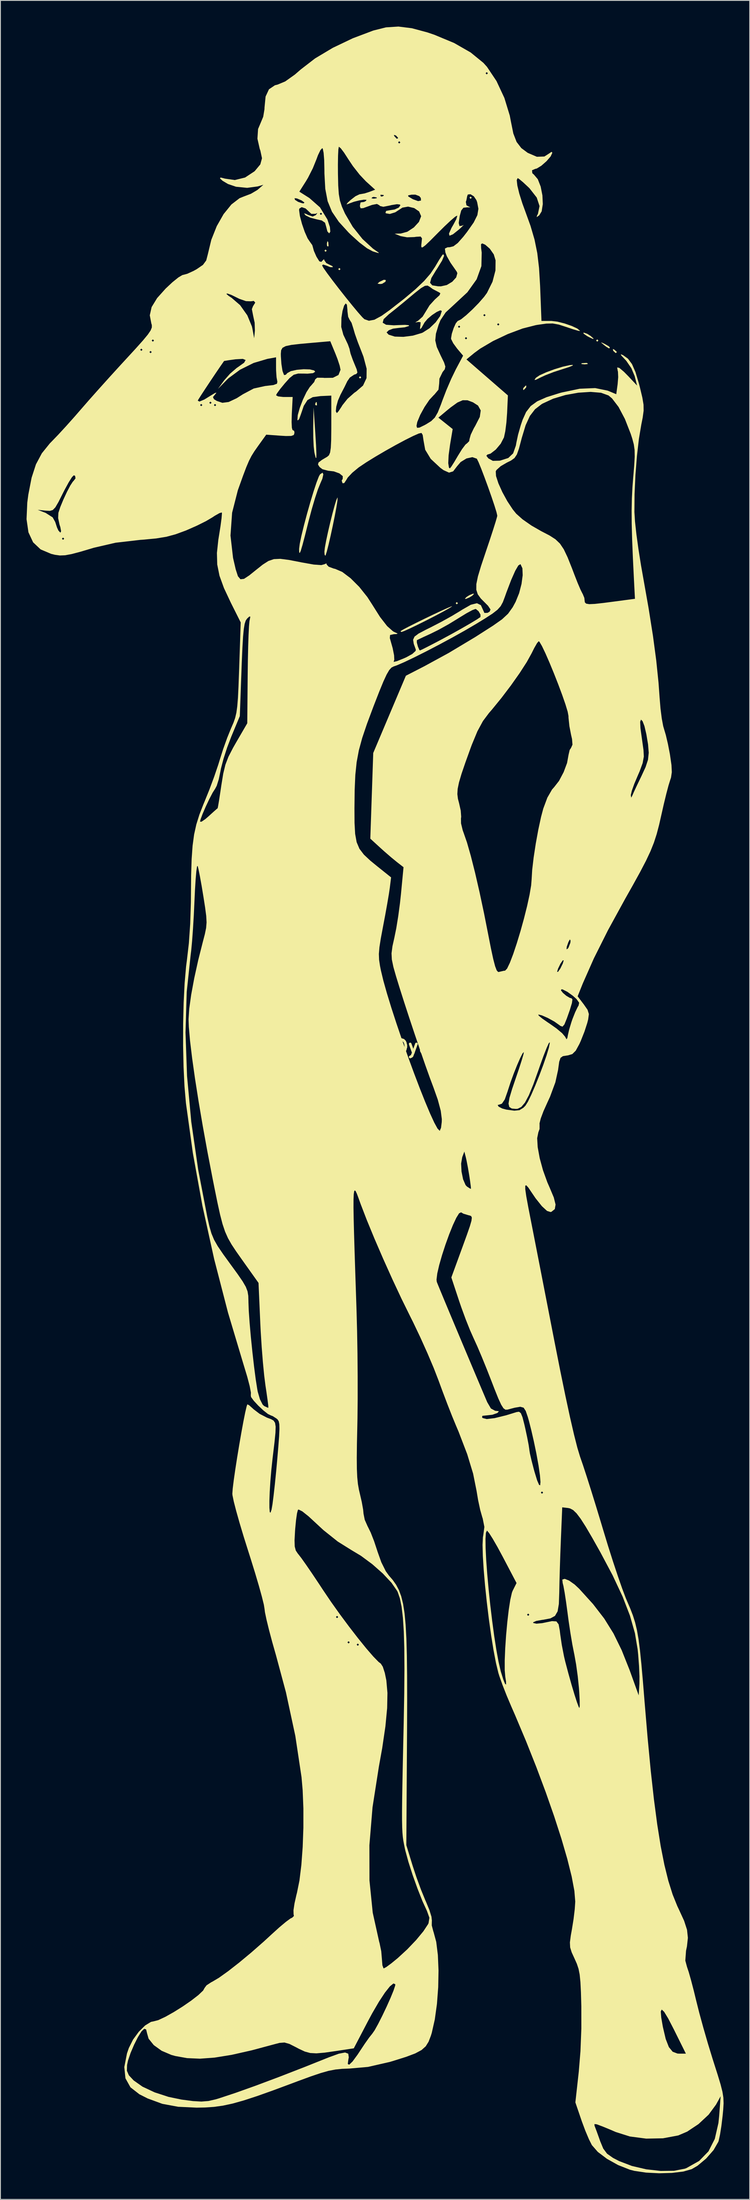
<source format=kicad_pcb>
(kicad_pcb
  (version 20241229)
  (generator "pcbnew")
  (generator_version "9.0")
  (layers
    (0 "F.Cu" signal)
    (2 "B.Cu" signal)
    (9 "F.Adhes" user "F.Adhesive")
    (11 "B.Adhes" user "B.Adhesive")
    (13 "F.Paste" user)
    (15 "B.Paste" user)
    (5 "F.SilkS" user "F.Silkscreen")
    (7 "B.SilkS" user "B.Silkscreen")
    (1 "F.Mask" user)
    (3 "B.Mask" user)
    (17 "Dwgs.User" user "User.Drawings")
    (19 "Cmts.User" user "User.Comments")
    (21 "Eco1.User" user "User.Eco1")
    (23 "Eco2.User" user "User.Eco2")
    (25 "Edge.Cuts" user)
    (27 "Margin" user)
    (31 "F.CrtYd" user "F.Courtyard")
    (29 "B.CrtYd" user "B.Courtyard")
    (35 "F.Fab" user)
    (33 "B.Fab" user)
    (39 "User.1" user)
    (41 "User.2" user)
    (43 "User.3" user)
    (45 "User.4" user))
  (footprint "Char_NeilDylandy"
    (layer "F.Cu")
    (at 41.37 117.149)
    (property "Reference" "Char_NeilDylandy" (at 0 0 0) (layer "F.SilkS") (effects (font (size 1.5 1.5) (thickness 0.3))))
    (attr board_only exclude_from_pos_files exclude_from_bom)
    (fp_poly (pts (xy -6.879 -91.414) (xy -7.011 -91.281) (xy -7.144 -91.414) (xy -7.011 -91.546)) (stroke (width 0) (type solid)) (fill yes) (layer "F.SilkS"))
    (fp_poly (pts (xy -5.292 -89.297) (xy -5.424 -89.165) (xy -5.556 -89.297) (xy -5.424 -89.429)) (stroke (width 0) (type solid)) (fill yes) (layer "F.SilkS"))
    (fp_poly (pts (xy -2.91 -76.861) (xy -3.043 -76.729) (xy -3.175 -76.861) (xy -3.043 -76.994)) (stroke (width 0) (type solid)) (fill yes) (layer "F.SilkS"))
    (fp_poly (pts (xy 8.202 -50.932) (xy 8.07 -50.8) (xy 7.938 -50.932) (xy 8.07 -51.065)) (stroke (width 0) (type solid)) (fill yes) (layer "F.SilkS"))
    (fp_poly (pts (xy 9.79 -97.499) (xy 9.657 -97.367) (xy 9.525 -97.499) (xy 9.657 -97.631)) (stroke (width 0) (type solid)) (fill yes) (layer "F.SilkS"))
    (fp_poly (pts (xy 24.342 -81.095) (xy 24.209 -80.963) (xy 24.077 -81.095) (xy 24.209 -81.227)) (stroke (width 0) (type solid)) (fill yes) (layer "F.SilkS"))
    (fp_poly (pts (xy -8.026 -73.995) (xy -7.994 -73.681) (xy -8.026 -73.642) (xy -8.183 -73.679) (xy -8.202 -73.819) (xy -8.105 -74.037)) (stroke (width 0) (type solid)) (fill yes) (layer "F.SilkS"))
    (fp_poly (pts (xy -6.698 -92.389) (xy -6.667 -91.976) (xy -6.719 -91.882) (xy -6.84 -91.961) (xy -6.858 -92.229) (xy -6.794 -92.512)) (stroke (width 0) (type solid)) (fill yes) (layer "F.SilkS"))
    (fp_poly (pts (xy 23.085 -78.492) (xy 23.118 -78.395) (xy 22.754 -78.358) (xy 22.379 -78.4) (xy 22.423 -78.492) (xy 22.965 -78.527)) (stroke (width 0) (type solid)) (fill yes) (layer "F.SilkS"))
    (fp_poly (pts (xy 26.153 -80.062) (xy 26.435 -79.816) (xy 26.458 -79.756) (xy 26.333 -79.648) (xy 26.071 -79.891) (xy 26.036 -79.945) (xy 26.005 -80.126)) (stroke (width 0) (type solid)) (fill yes) (layer "F.SilkS"))
    (fp_poly (pts (xy -0.078 -88.037) (xy -0.132 -87.842) (xy -0.51 -87.611) (xy -0.743 -87.581) (xy -1.039 -87.624) (xy -0.847 -87.807) (xy -0.794 -87.842) (xy -0.309 -88.075)) (stroke (width 0) (type solid)) (fill yes) (layer "F.SilkS"))
    (fp_poly (pts (xy 10.054 -52.009) (xy 9.851 -51.797) (xy 9.525 -51.594) (xy 9.116 -51.423) (xy 8.996 -51.443) (xy 9.199 -51.655) (xy 9.525 -51.858) (xy 9.934 -52.029)) (stroke (width 0) (type solid)) (fill yes) (layer "F.SilkS"))
    (fp_poly (pts (xy 16.057 -75.765) (xy 16.007 -75.671) (xy 15.758 -75.418) (xy 15.711 -75.406) (xy 15.693 -75.577) (xy 15.743 -75.671) (xy 15.992 -75.924) (xy 16.039 -75.935)) (stroke (width 0) (type solid)) (fill yes) (layer "F.SilkS"))
    (fp_poly (pts (xy 24.742 -80.858) (xy 25.069 -80.703) (xy 25.52 -80.442) (xy 25.665 -80.292) (xy 25.581 -80.181) (xy 25.264 -80.366) (xy 24.988 -80.58) (xy 24.647 -80.865)) (stroke (width 0) (type solid)) (fill yes) (layer "F.SilkS"))
    (fp_poly (pts (xy 23.05 -81.872) (xy 23.431 -81.632) (xy 23.791 -81.321) (xy 23.725 -81.272) (xy 23.267 -81.486) (xy 23.019 -81.624) (xy 22.638 -81.89) (xy 22.629 -82.011) (xy 22.637 -82.011)) (stroke (width 0) (type solid)) (fill yes) (layer "F.SilkS"))
    (fp_poly (pts (xy -8.192 -70.511) (xy -8.101 -69.043) (xy -8.062 -68.084) (xy -8.074 -67.617) (xy -8.139 -67.623) (xy -8.258 -68.085) (xy -8.299 -68.286) (xy -8.375 -68.953) (xy -8.421 -69.952) (xy -8.43 -71.084) (xy -8.427 -71.272) (xy -8.387 -73.422)) (stroke (width 0) (type solid)) (fill yes) (layer "F.SilkS"))
    (fp_poly (pts (xy 21.393 -78.224) (xy 20.974 -78.05) (xy 20.241 -77.817) (xy 19.208 -77.481) (xy 18.232 -77.103) (xy 17.727 -76.869) (xy 17.165 -76.59) (xy 16.994 -76.568) (xy 17.145 -76.798) (xy 17.163 -76.82) (xy 17.59 -77.107) (xy 18.362 -77.455) (xy 19.311 -77.805) (xy 20.268 -78.097) (xy 21.063 -78.273) (xy 21.393 -78.298)) (stroke (width 0) (type solid)) (fill yes) (layer "F.SilkS"))
    (fp_poly (pts (xy 7.213 -50.363) (xy 6.536 -49.983) (xy 5.627 -49.5) (xy 4.602 -48.974) (xy 3.58 -48.464) (xy 2.677 -48.03) (xy 2.01 -47.731) (xy 1.703 -47.625) (xy 1.598 -47.715) (xy 1.61 -47.727) (xy 1.907 -47.909) (xy 2.534 -48.239) (xy 3.388 -48.668) (xy 4.366 -49.148) (xy 5.365 -49.628) (xy 6.282 -50.058) (xy 7.015 -50.39) (xy 7.461 -50.574) (xy 7.541 -50.58)) (stroke (width 0) (type solid)) (fill yes) (layer "F.SilkS"))
    (fp_poly (pts (xy -5.625 -63.044) (xy -5.645 -62.698) (xy -5.762 -61.965) (xy -5.948 -60.969) (xy -6.179 -59.836) (xy -6.426 -58.689) (xy -6.665 -57.654) (xy -6.868 -56.856) (xy -7.009 -56.419) (xy -7.034 -56.378) (xy -7.12 -56.507) (xy -7.144 -56.834) (xy -7.089 -57.324) (xy -6.942 -58.119) (xy -6.73 -59.107) (xy -6.48 -60.177) (xy -6.22 -61.218) (xy -5.977 -62.119) (xy -5.778 -62.768) (xy -5.65 -63.055)) (stroke (width 0) (type solid)) (fill yes) (layer "F.SilkS"))
    (fp_poly (pts (xy -7.265 -65.725) (xy -7.377 -65.227) (xy -7.626 -64.65) (xy -7.887 -64.005) (xy -8.225 -62.981) (xy -8.599 -61.712) (xy -8.965 -60.334) (xy -9 -60.193) (xy -9.387 -58.655) (xy -9.668 -57.589) (xy -9.86 -56.948) (xy -9.977 -56.69) (xy -10.035 -56.769) (xy -10.05 -57.142) (xy -10.05 -57.172) (xy -9.975 -57.762) (xy -9.777 -58.706) (xy -9.488 -59.89) (xy -9.139 -61.204) (xy -8.762 -62.533) (xy -8.388 -63.765) (xy -8.05 -64.788) (xy -7.779 -65.489) (xy -7.643 -65.731) (xy -7.355 -65.925)) (stroke (width 0) (type solid)) (fill yes) (layer "F.SilkS"))
    (fp_poly (pts (xy 2.909 -116.957) (xy 4.7 -116.475) (xy 5.49 -116.207) (xy 7.77 -115.258) (xy 9.669 -114.17) (xy 11.126 -112.982) (xy 11.539 -112.525) (xy 12.633 -110.89) (xy 13.538 -108.953) (xy 14.157 -106.931) (xy 14.291 -106.23) (xy 14.567 -104.867) (xy 14.942 -103.899) (xy 15.486 -103.193) (xy 16.22 -102.647) (xy 17.267 -102.197) (xy 18.134 -102.226) (xy 18.634 -102.545) (xy 18.96 -102.767) (xy 19.05 -102.657) (xy 18.855 -102.237) (xy 18.381 -101.69) (xy 17.795 -101.175) (xy 17.266 -100.849) (xy 17.086 -100.806) (xy 16.714 -100.647) (xy 16.748 -100.312) (xy 16.937 -100.142) (xy 17.378 -99.621) (xy 17.709 -98.773) (xy 17.908 -97.764) (xy 17.953 -96.762) (xy 17.823 -95.931) (xy 17.551 -95.481) (xy 17.251 -95.262) (xy 17.282 -95.431) (xy 17.395 -95.65) (xy 17.579 -96.533) (xy 17.255 -97.514) (xy 16.429 -98.571) (xy 16.31 -98.689) (xy 15.694 -99.262) (xy 15.234 -99.647) (xy 15.064 -99.748) (xy 14.958 -99.518) (xy 15.027 -98.893) (xy 15.251 -97.967) (xy 15.607 -96.837) (xy 15.897 -96.044) (xy 16.542 -94.262) (xy 17.004 -92.684) (xy 17.319 -91.131) (xy 17.52 -89.428) (xy 17.642 -87.396) (xy 17.654 -87.114) (xy 17.8 -83.344) (xy 18.965 -83.344) (xy 19.643 -83.261) (xy 20.467 -83.051) (xy 21.277 -82.77) (xy 21.913 -82.475) (xy 22.218 -82.222) (xy 22.225 -82.187) (xy 21.998 -82.221) (xy 21.407 -82.396) (xy 20.661 -82.647) (xy 19.788 -82.928) (xy 19.093 -83.054) (xy 18.357 -83.04) (xy 17.358 -82.899) (xy 17.155 -82.864) (xy 15.633 -82.477) (xy 13.927 -81.837) (xy 12.235 -81.036) (xy 10.755 -80.163) (xy 10.08 -79.666) (xy 9.18 -78.926) (xy 11.561 -76.859) (xy 13.942 -74.793) (xy 13.852 -72.793) (xy 13.771 -71.689) (xy 13.643 -70.683) (xy 13.495 -69.987) (xy 13.489 -69.967) (xy 13.115 -69.245) (xy 12.552 -68.575) (xy 11.953 -68.113) (xy 11.583 -67.998) (xy 11.467 -67.862) (xy 11.694 -67.567) (xy 12.21 -67.278) (xy 12.973 -67.297) (xy 13.065 -67.313) (xy 13.984 -67.605) (xy 14.544 -68.138) (xy 14.857 -69.032) (xy 14.916 -69.369) (xy 15.112 -70.286) (xy 15.423 -71.379) (xy 15.632 -71.994) (xy 16.035 -72.886) (xy 16.563 -73.57) (xy 17.311 -74.114) (xy 18.377 -74.586) (xy 19.858 -75.054) (xy 20.106 -75.123) (xy 22.195 -75.561) (xy 23.97 -75.635) (xy 25.399 -75.345) (xy 25.509 -75.301) (xy 26.394 -74.931) (xy 26.552 -76.088) (xy 26.617 -76.894) (xy 26.589 -77.519) (xy 26.556 -77.649) (xy 26.498 -78.007) (xy 26.746 -77.954) (xy 27.286 -77.498) (xy 27.785 -76.99) (xy 28.785 -75.928) (xy 28.512 -77.006) (xy 28.133 -77.91) (xy 27.546 -78.766) (xy 27.417 -78.905) (xy 26.974 -79.374) (xy 26.912 -79.526) (xy 27.188 -79.409) (xy 27.747 -79.002) (xy 28.202 -78.389) (xy 28.602 -77.473) (xy 28.997 -76.158) (xy 29.126 -75.657) (xy 29.393 -74.539) (xy 29.528 -73.732) (xy 29.539 -73.034) (xy 29.431 -72.245) (xy 29.271 -71.438) (xy 28.997 -69.809) (xy 28.768 -67.822) (xy 28.597 -65.648) (xy 28.496 -63.457) (xy 28.48 -61.418) (xy 28.481 -61.383) (xy 28.547 -60.322) (xy 28.707 -58.866) (xy 28.944 -57.141) (xy 29.241 -55.269) (xy 29.47 -53.975) (xy 30.108 -50.367) (xy 30.611 -47.19) (xy 30.988 -44.363) (xy 31.25 -41.81) (xy 31.375 -40.084) (xy 31.478 -38.839) (xy 31.624 -37.691) (xy 31.789 -36.811) (xy 31.877 -36.511) (xy 32.091 -35.79) (xy 32.333 -34.758) (xy 32.552 -33.626) (xy 32.569 -33.523) (xy 32.739 -32.351) (xy 32.778 -31.533) (xy 32.688 -30.912) (xy 32.589 -30.614) (xy 32.402 -30.015) (xy 32.144 -29.041) (xy 31.851 -27.834) (xy 31.601 -26.728) (xy 31.319 -25.485) (xy 31.039 -24.42) (xy 30.722 -23.44) (xy 30.327 -22.453) (xy 29.815 -21.364) (xy 29.145 -20.08) (xy 28.278 -18.509) (xy 27.419 -16.988) (xy 25.446 -13.387) (xy 23.822 -10.147) (xy 22.554 -7.28) (xy 22.466 -7.063) (xy 21.956 -5.791) (xy 22.669 -4.857) (xy 23.097 -4.241) (xy 23.247 -3.752) (xy 23.165 -3.135) (xy 23.063 -2.735) (xy 22.741 -1.738) (xy 22.312 -0.657) (xy 22.154 -0.31) (xy 21.739 0.451) (xy 21.344 0.842) (xy 20.826 0.996) (xy 20.728 1.007) (xy 20.261 1.081) (xy 19.991 1.275) (xy 19.839 1.72) (xy 19.723 2.546) (xy 19.709 2.663) (xy 19.397 4.086) (xy 18.786 5.737) (xy 18.483 6.396) (xy 18.034 7.393) (xy 17.717 8.237) (xy 17.576 8.799) (xy 17.582 8.926) (xy 17.581 9.442) (xy 17.441 9.829) (xy 17.306 10.501) (xy 17.366 11.532) (xy 17.598 12.801) (xy 17.976 14.187) (xy 18.475 15.568) (xy 18.721 16.129) (xy 19.217 17.308) (xy 19.42 18.121) (xy 19.332 18.643) (xy 18.958 18.944) (xy 18.856 18.982) (xy 18.444 18.856) (xy 17.849 18.31) (xy 17.124 17.402) (xy 16.635 16.683) (xy 16.283 16.163) (xy 16.051 15.907) (xy 15.937 15.959) (xy 15.938 16.364) (xy 16.053 17.166) (xy 16.281 18.408) (xy 16.518 19.624) (xy 16.711 20.607) (xy 16.99 22.032) (xy 17.34 23.824) (xy 17.747 25.905) (xy 18.194 28.2) (xy 18.668 30.631) (xy 19.153 33.122) (xy 19.307 33.911) (xy 19.959 37.205) (xy 20.551 40.087) (xy 21.078 42.534) (xy 21.537 44.525) (xy 21.922 46.039) (xy 22.228 47.055) (xy 22.258 47.141) (xy 22.57 48.044) (xy 22.997 49.347) (xy 23.504 50.944) (xy 24.057 52.727) (xy 24.623 54.589) (xy 24.875 55.43) (xy 25.44 57.287) (xy 26.019 59.107) (xy 26.576 60.784) (xy 27.075 62.213) (xy 27.48 63.287) (xy 27.625 63.632) (xy 28.002 64.509) (xy 28.31 65.311) (xy 28.563 66.116) (xy 28.773 66.998) (xy 28.954 68.032) (xy 29.118 69.295) (xy 29.279 70.861) (xy 29.451 72.806) (xy 29.641 75.142) (xy 29.999 79.383) (xy 30.357 83.133) (xy 30.723 86.426) (xy 31.102 89.301) (xy 31.5 91.794) (xy 31.924 93.942) (xy 32.379 95.781) (xy 32.872 97.348) (xy 33.409 98.68) (xy 33.594 99.069) (xy 34.192 100.371) (xy 34.526 101.4) (xy 34.625 102.323) (xy 34.517 103.309) (xy 34.412 103.805) (xy 34.329 104.94) (xy 34.522 105.657) (xy 34.72 106.25) (xy 34.995 107.217) (xy 35.308 108.419) (xy 35.58 109.537) (xy 35.935 110.947) (xy 36.404 112.661) (xy 36.931 114.482) (xy 37.461 116.212) (xy 37.568 116.549) (xy 38.047 118.049) (xy 38.383 119.162) (xy 38.596 120.002) (xy 38.704 120.684) (xy 38.727 121.326) (xy 38.685 122.042) (xy 38.612 122.796) (xy 38.475 123.926) (xy 38.317 124.924) (xy 38.165 125.619) (xy 38.125 125.743) (xy 37.579 126.692) (xy 36.722 127.67) (xy 35.73 128.499) (xy 35.06 128.888) (xy 34.1 129.162) (xy 32.794 129.32) (xy 31.309 129.361) (xy 29.815 129.284) (xy 28.481 129.086) (xy 27.963 128.953) (xy 26.608 128.419) (xy 25.329 127.705) (xy 24.273 126.907) (xy 23.59 126.125) (xy 23.256 125.461) (xy 22.844 124.487) (xy 22.554 123.71) (xy 23.887 123.71) (xy 23.9 123.909) (xy 23.945 124.025) (xy 24.144 124.549) (xy 24.425 125.329) (xy 24.547 125.677) (xy 24.9 126.527) (xy 25.338 127.113) (xy 26.017 127.595) (xy 26.723 127.961) (xy 28.188 128.521) (xy 29.831 128.904) (xy 31.498 129.094) (xy 33.034 129.075) (xy 34.283 128.831) (xy 34.47 128.76) (xy 35.917 127.945) (xy 36.989 126.845) (xy 37.718 125.41) (xy 38.135 123.588) (xy 38.22 122.756) (xy 38.386 120.518) (xy 37.855 121.479) (xy 37.01 122.628) (xy 35.846 123.711) (xy 34.547 124.576) (xy 33.515 125.017) (xy 31.757 125.345) (xy 29.836 125.381) (xy 27.96 125.137) (xy 26.338 124.624) (xy 26.326 124.618) (xy 25.736 124.364) (xy 24.95 124.04) (xy 24.777 123.971) (xy 24.143 123.733) (xy 23.887 123.71) (xy 22.554 123.71) (xy 22.438 123.399) (xy 22.388 123.252) (xy 21.696 121.224) (xy 22.087 117.696) (xy 22.281 115.339) (xy 22.383 112.742) (xy 22.381 110.78) (xy 31.509 110.78) (xy 31.564 111.487) (xy 31.749 112.549) (xy 32.076 113.94) (xy 32.438 114.869) (xy 32.876 115.405) (xy 33.43 115.614) (xy 33.607 115.623) (xy 34.393 115.623) (xy 33.005 112.828) (xy 32.36 111.581) (xy 31.9 110.825) (xy 31.619 110.559) (xy 31.509 110.78) (xy 22.381 110.78) (xy 22.381 110.185) (xy 22.38 110.152) (xy 22.335 108.568) (xy 22.276 107.401) (xy 22.19 106.543) (xy 22.059 105.883) (xy 21.868 105.31) (xy 21.609 104.728) (xy 21.271 103.99) (xy 21.096 103.426) (xy 21.068 102.847) (xy 21.17 102.063) (xy 21.301 101.335) (xy 21.488 100.171) (xy 21.625 99.028) (xy 21.682 98.16) (xy 21.581 96.929) (xy 21.27 95.277) (xy 20.767 93.263) (xy 20.091 90.942) (xy 19.26 88.372) (xy 18.293 85.61) (xy 17.208 82.712) (xy 16.025 79.736) (xy 14.761 76.738) (xy 14.329 75.751) (xy 13.809 74.525) (xy 13.327 73.298) (xy 12.959 72.267) (xy 12.849 71.915) (xy 12.571 70.768) (xy 12.289 69.287) (xy 12.012 67.563) (xy 11.751 65.687) (xy 11.515 63.75) (xy 11.315 61.842) (xy 11.161 60.054) (xy 11.062 58.477) (xy 11.029 57.203) (xy 11.062 56.509) (xy 11.367 56.509) (xy 11.381 57.58) (xy 11.45 58.949) (xy 11.568 60.543) (xy 11.726 62.286) (xy 11.917 64.104) (xy 12.135 65.921) (xy 12.37 67.664) (xy 12.617 69.256) (xy 12.868 70.623) (xy 13.115 71.691) (xy 13.135 71.763) (xy 13.414 72.663) (xy 13.621 73.166) (xy 13.733 73.244) (xy 13.725 72.865) (xy 13.644 72.368) (xy 13.578 71.595) (xy 13.578 70.458) (xy 13.634 69.077) (xy 13.736 67.571) (xy 13.865 66.169) (xy 16.851 66.169) (xy 17.222 66.25) (xy 17.887 66.188) (xy 18.124 66.139) (xy 19.008 65.957) (xy 19.514 65.988) (xy 19.771 66.325) (xy 19.908 67.061) (xy 19.954 67.46) (xy 20.133 68.677) (xy 20.387 69.989) (xy 20.523 70.569) (xy 20.888 71.948) (xy 21.255 73.259) (xy 21.597 74.404) (xy 21.884 75.291) (xy 22.087 75.824) (xy 22.163 75.935) (xy 22.199 75.692) (xy 22.19 75.04) (xy 22.14 74.1) (xy 22.104 73.62) (xy 21.969 72.297) (xy 21.781 70.929) (xy 21.576 69.782) (xy 21.546 69.643) (xy 21.352 68.662) (xy 21.132 67.355) (xy 20.918 65.922) (xy 20.797 65.013) (xy 20.63 63.775) (xy 20.466 62.702) (xy 20.324 61.92) (xy 20.238 61.582) (xy 20.197 61.184) (xy 20.471 61.101) (xy 20.972 61.301) (xy 21.615 61.756) (xy 22.135 62.243) (xy 23.728 64) (xy 25.012 65.662) (xy 26.079 67.377) (xy 27.018 69.295) (xy 27.922 71.564) (xy 28.068 71.967) (xy 28.972 74.48) (xy 29.055 73.157) (xy 29.062 72.297) (xy 29.011 71.112) (xy 28.912 69.803) (xy 28.854 69.217) (xy 28.536 67.331) (xy 27.966 65.326) (xy 27.119 63.132) (xy 25.967 60.679) (xy 24.581 58.074) (xy 23.632 56.386) (xy 22.884 55.111) (xy 22.296 54.193) (xy 21.828 53.576) (xy 21.438 53.202) (xy 21.085 53.016) (xy 20.867 52.969) (xy 20.186 52.889) (xy 20.028 56.673) (xy 19.966 58.28) (xy 19.911 59.929) (xy 19.869 61.436) (xy 19.845 62.617) (xy 19.843 62.706) (xy 19.798 63.986) (xy 19.655 64.837) (xy 19.353 65.356) (xy 18.829 65.643) (xy 18.02 65.797) (xy 17.87 65.815) (xy 17.197 65.935) (xy 16.852 66.087) (xy 16.851 66.169) (xy 13.865 66.169) (xy 13.875 66.06) (xy 13.973 65.22) (xy 16.14 65.22) (xy 16.272 65.352) (xy 16.404 65.22) (xy 16.272 65.087) (xy 16.14 65.22) (xy 13.973 65.22) (xy 14.039 64.664) (xy 14.218 63.502) (xy 14.403 62.694) (xy 14.487 62.475) (xy 14.935 61.583) (xy 13.354 58.574) (xy 12.744 57.445) (xy 12.204 56.508) (xy 11.789 55.854) (xy 11.552 55.569) (xy 11.536 55.564) (xy 11.416 55.812) (xy 11.367 56.509) (xy 11.062 56.509) (xy 11.071 56.321) (xy 11.113 56.089) (xy 11.24 55.14) (xy 11.045 54.163) (xy 10.997 54.021) (xy 10.762 53.193) (xy 10.524 52.086) (xy 10.375 51.197) (xy 17.727 51.197) (xy 17.859 51.329) (xy 17.992 51.197) (xy 17.859 51.065) (xy 17.727 51.197) (xy 10.375 51.197) (xy 10.344 51.009) (xy 9.946 49.023) (xy 9.266 46.784) (xy 8.282 44.221) (xy 7.959 43.458) (xy 7.534 42.428) (xy 7.004 41.08) (xy 6.442 39.598) (xy 5.964 38.299) (xy 5.417 36.888) (xy 4.696 35.189) (xy 3.882 33.379) (xy 3.052 31.637) (xy 2.711 30.956) (xy 1.719 28.942) (xy 0.685 26.737) (xy 5.74 26.737) (xy 5.767 26.987) (xy 5.896 27.315) (xy 6.203 28.061) (xy 6.659 29.158) (xy 7.234 30.536) (xy 7.901 32.126) (xy 8.629 33.861) (xy 9.392 35.672) (xy 10.158 37.49) (xy 10.901 39.246) (xy 11.565 40.812) (xy 11.992 41.542) (xy 12.479 41.805) (xy 12.542 41.808) (xy 12.905 41.851) (xy 12.782 42.014) (xy 12.7 42.069) (xy 12.15 42.26) (xy 11.523 42.329) (xy 11.015 42.38) (xy 10.971 42.55) (xy 11.046 42.638) (xy 11.508 42.753) (xy 12.414 42.647) (xy 13.731 42.324) (xy 14.949 41.95) (xy 15.224 41.913) (xy 15.431 42.078) (xy 15.619 42.539) (xy 15.838 43.389) (xy 15.941 43.841) (xy 16.16 44.863) (xy 16.323 45.71) (xy 16.401 46.229) (xy 16.404 46.284) (xy 16.472 46.703) (xy 16.652 47.484) (xy 16.91 48.479) (xy 16.997 48.798) (xy 17.303 49.797) (xy 17.522 50.307) (xy 17.651 50.36) (xy 17.687 49.989) (xy 17.627 49.228) (xy 17.467 48.108) (xy 17.205 46.663) (xy 17.199 46.636) (xy 16.923 45.311) (xy 16.63 44.033) (xy 16.364 42.981) (xy 16.226 42.505) (xy 15.991 41.82) (xy 15.749 41.448) (xy 15.366 41.341) (xy 14.71 41.453) (xy 13.891 41.671) (xy 13.658 41.678) (xy 13.432 41.515) (xy 13.174 41.111) (xy 12.843 40.394) (xy 12.399 39.292) (xy 12.069 38.436) (xy 11.515 37.022) (xy 10.948 35.63) (xy 10.431 34.414) (xy 10.029 33.53) (xy 10.01 33.491) (xy 9.589 32.544) (xy 9.09 31.292) (xy 8.592 29.934) (xy 8.343 29.209) (xy 7.444 26.493) (xy 8.732 22.97) (xy 9.235 21.585) (xy 9.571 20.618) (xy 9.753 19.991) (xy 9.799 19.627) (xy 9.722 19.446) (xy 9.538 19.372) (xy 9.442 19.355) (xy 8.834 19.172) (xy 8.56 19.015) (xy 8.337 19.123) (xy 8.013 19.645) (xy 7.62 20.485) (xy 7.194 21.544) (xy 6.767 22.726) (xy 6.374 23.933) (xy 6.049 25.069) (xy 5.826 26.036) (xy 5.74 26.737) (xy 0.685 26.737) (xy 0.664 26.691) (xy -0.394 24.34) (xy -1.394 22.027) (xy -2.275 19.889) (xy -2.978 18.064) (xy -3.052 17.859) (xy -3.244 17.324) (xy -3.405 16.895) (xy -3.538 16.606) (xy -3.642 16.492) (xy -3.719 16.587) (xy -3.771 16.924) (xy -3.797 17.539) (xy -3.8 18.464) (xy -3.78 19.733) (xy -3.738 21.382) (xy -3.676 23.444) (xy -3.595 25.953) (xy -3.495 28.942) (xy -3.45 30.295) (xy -3.387 32.638) (xy -3.343 35.22) (xy -3.321 37.867) (xy -3.32 40.406) (xy -3.343 42.665) (xy -3.36 43.524) (xy -3.405 45.587) (xy -3.423 47.204) (xy -3.412 48.458) (xy -3.369 49.434) (xy -3.291 50.214) (xy -3.173 50.881) (xy -3.078 51.284) (xy -2.85 52.271) (xy -2.693 53.144) (xy -2.646 53.634) (xy -2.507 54.324) (xy -2.17 55.085) (xy -2.141 55.134) (xy -1.816 55.798) (xy -1.435 56.772) (xy -1.075 57.856) (xy -1.049 57.944) (xy -0.6 59.203) (xy -0.087 60.23) (xy 0.269 60.722) (xy 0.718 61.243) (xy 1.1 61.786) (xy 1.421 62.393) (xy 1.686 63.111) (xy 1.899 63.984) (xy 2.066 65.055) (xy 2.19 66.37) (xy 2.278 67.973) (xy 2.333 69.908) (xy 2.361 72.22) (xy 2.367 74.954) (xy 2.356 78.154) (xy 2.347 79.64) (xy 2.271 91.678) (xy 3.001 94.059) (xy 3.441 95.388) (xy 3.952 96.78) (xy 4.441 97.979) (xy 4.545 98.214) (xy 4.923 99.133) (xy 5.16 99.901) (xy 5.211 100.366) (xy 5.203 100.39) (xy 5.193 100.895) (xy 5.374 101.588) (xy 5.402 101.66) (xy 5.708 102.79) (xy 5.896 104.308) (xy 5.97 106.086) (xy 5.934 107.996) (xy 5.79 109.91) (xy 5.542 111.701) (xy 5.194 113.241) (xy 5.09 113.574) (xy 4.828 114.255) (xy 4.499 114.783) (xy 4.018 115.211) (xy 3.3 115.595) (xy 2.26 115.988) (xy 0.813 116.444) (xy 0.397 116.569) (xy -2.136 117.148) (xy -4.233 117.332) (xy -5.109 117.368) (xy -5.882 117.447) (xy -6.664 117.599) (xy -7.564 117.852) (xy -8.695 118.234) (xy -10.167 118.773) (xy -10.788 119.006) (xy -13.037 119.842) (xy -14.879 120.497) (xy -16.398 120.993) (xy -17.674 121.352) (xy -18.793 121.593) (xy -19.834 121.738) (xy -20.883 121.808) (xy -21.828 121.825) (xy -23.951 121.725) (xy -25.764 121.388) (xy -27.449 120.771) (xy -28.403 120.289) (xy -29.428 119.491) (xy -30.005 118.457) (xy -30.094 117.589) (xy -29.837 117.589) (xy -29.614 118.107) (xy -29.06 118.7) (xy -28.045 119.416) (xy -26.657 120.067) (xy -25.051 120.59) (xy -23.561 120.898) (xy -22.25 121.07) (xy -21.278 121.126) (xy -20.464 121.061) (xy -19.629 120.869) (xy -19.232 120.75) (xy -17.361 120.131) (xy -15.067 119.313) (xy -12.406 118.317) (xy -9.436 117.165) (xy -6.619 116.041) (xy -5.49 115.631) (xy -4.767 115.492) (xy -4.402 115.631) (xy -4.342 116.052) (xy -4.388 116.279) (xy -4.458 116.814) (xy -4.294 116.893) (xy -3.911 116.526) (xy -3.323 115.725) (xy -3.061 115.327) (xy -2.494 114.474) (xy -1.994 113.768) (xy -1.665 113.357) (xy -1.657 113.349) (xy -1.373 112.942) (xy -0.964 112.206) (xy -0.485 111.261) (xy 0.006 110.229) (xy 0.453 109.23) (xy 0.799 108.385) (xy 0.989 107.815) (xy 1.005 107.656) (xy 0.789 107.565) (xy 0.379 107.902) (xy -0.188 108.617) (xy -0.876 109.663) (xy -1.65 110.99) (xy -2.146 111.913) (xy -3.765 115.011) (xy -5.785 115.319) (xy -7.112 115.508) (xy -8.062 115.59) (xy -8.777 115.552) (xy -9.401 115.381) (xy -10.075 115.066) (xy -10.365 114.911) (xy -11.161 114.508) (xy -11.73 114.346) (xy -12.295 114.389) (xy -12.782 114.514) (xy -15.495 115.242) (xy -17.797 115.761) (xy -19.755 116.078) (xy -21.442 116.202) (xy -22.927 116.138) (xy -24.28 115.895) (xy -24.732 115.77) (xy -25.846 115.294) (xy -26.754 114.64) (xy -27.345 113.906) (xy -27.517 113.302) (xy -27.629 112.837) (xy -27.847 112.767) (xy -28.16 113.066) (xy -28.571 113.724) (xy -29.011 114.599) (xy -29.414 115.545) (xy -29.71 116.421) (xy -29.819 116.926) (xy -29.837 117.589) (xy -30.094 117.589) (xy -30.138 117.168) (xy -29.83 115.603) (xy -29.616 114.977) (xy -29.132 114.011) (xy -28.472 113.108) (xy -27.746 112.389) (xy -27.067 111.974) (xy -26.786 111.919) (xy -26.238 111.777) (xy -25.422 111.397) (xy -24.447 110.849) (xy -23.418 110.204) (xy -22.443 109.53) (xy -21.628 108.899) (xy -21.08 108.379) (xy -20.903 108.065) (xy -20.686 107.777) (xy -20.154 107.429) (xy -20.033 107.369) (xy -19.266 106.914) (xy -18.206 106.157) (xy -16.938 105.167) (xy -15.548 104.013) (xy -14.12 102.761) (xy -13.191 101.908) (xy -12.324 101.122) (xy -11.576 100.496) (xy -11.045 100.105) (xy -10.848 100.012) (xy -10.648 99.822) (xy -10.686 99.597) (xy -10.696 99.156) (xy -10.577 98.364) (xy -10.354 97.374) (xy -10.295 97.15) (xy -10.011 95.749) (xy -9.79 93.951) (xy -9.638 91.886) (xy -9.559 89.683) (xy -9.558 87.472) (xy -9.641 85.381) (xy -9.772 83.869) (xy -10.485 79.135) (xy -11.564 74.125) (xy -12.706 69.88) (xy -13.053 68.659) (xy -3.44 68.659) (xy -3.307 68.792) (xy -3.175 68.659) (xy -3.307 68.527) (xy -3.44 68.659) (xy -13.053 68.659) (xy -13.128 68.395) (xy -4.498 68.395) (xy -4.366 68.527) (xy -4.233 68.395) (xy -4.366 68.262) (xy -4.498 68.395) (xy -13.128 68.395) (xy -13.138 68.359) (xy -13.51 66.96) (xy -13.798 65.782) (xy -13.86 65.484) (xy -5.821 65.484) (xy -5.689 65.617) (xy -5.556 65.484) (xy -5.689 65.352) (xy -5.821 65.484) (xy -13.86 65.484) (xy -13.976 64.929) (xy -14.023 64.548) (xy -14.103 64.06) (xy -14.326 63.155) (xy -14.669 61.916) (xy -15.108 60.43) (xy -15.62 58.779) (xy -15.875 57.98) (xy -16.285 56.678) (xy -10.574 56.678) (xy -10.553 57.385) (xy -10.432 57.849) (xy -10.191 58.212) (xy -10.129 58.283) (xy -9.802 58.704) (xy -9.253 59.477) (xy -8.545 60.509) (xy -7.743 61.709) (xy -7.304 62.376) (xy -6.381 63.741) (xy -5.364 65.17) (xy -4.309 66.588) (xy -3.278 67.92) (xy -2.33 69.09) (xy -1.522 70.023) (xy -0.916 70.643) (xy -0.658 70.842) (xy -0.433 71.192) (xy -0.201 71.908) (xy -0.025 72.762) (xy 0.101 74.2) (xy 0.067 75.94) (xy -0.132 78.034) (xy -0.5 80.535) (xy -0.886 82.682) (xy -1.613 87.333) (xy -1.973 91.69) (xy -1.965 95.731) (xy -1.59 99.436) (xy -0.848 102.781) (xy -0.806 102.921) (xy -0.611 103.861) (xy -0.529 104.832) (xy -0.529 104.839) (xy -0.479 105.478) (xy -0.354 105.817) (xy -0.315 105.833) (xy -0.02 105.673) (xy 0.549 105.253) (xy 1.272 104.662) (xy 1.292 104.645) (xy 2.384 103.64) (xy 3.399 102.576) (xy 4.229 101.574) (xy 4.769 100.756) (xy 4.823 100.644) (xy 4.92 100.017) (xy 4.642 99.242) (xy 4.134 98.134) (xy 3.565 96.7) (xy 3.001 95.129) (xy 2.511 93.606) (xy 2.159 92.32) (xy 2.104 92.075) (xy 2.01 91.619) (xy 1.932 91.197) (xy 1.87 90.756) (xy 1.824 90.246) (xy 1.794 89.616) (xy 1.778 88.815) (xy 1.777 87.792) (xy 1.79 86.495) (xy 1.816 84.874) (xy 1.855 82.878) (xy 1.907 80.455) (xy 1.971 77.555) (xy 1.971 77.523) (xy 2.031 74.236) (xy 2.054 71.436) (xy 2.037 69.085) (xy 1.979 67.141) (xy 1.877 65.566) (xy 1.729 64.317) (xy 1.534 63.357) (xy 1.29 62.644) (xy 1.216 62.491) (xy 0.566 61.551) (xy -0.429 60.489) (xy -1.641 59.419) (xy -2.943 58.456) (xy -4.038 57.799) (xy -5.608 56.819) (xy -7.253 55.507) (xy -7.976 54.838) (xy -8.961 53.927) (xy -9.68 53.355) (xy -10.1 53.145) (xy -10.185 53.179) (xy -10.29 53.572) (xy -10.401 54.343) (xy -10.498 55.343) (xy -10.516 55.588) (xy -10.574 56.678) (xy -16.285 56.678) (xy -16.412 56.276) (xy -16.888 54.69) (xy -17.278 53.308) (xy -17.559 52.217) (xy -17.706 51.501) (xy -17.722 51.324) (xy -17.678 50.728) (xy -17.559 49.767) (xy -17.383 48.541) (xy -17.167 47.152) (xy -16.927 45.7) (xy -16.682 44.288) (xy -16.448 43.015) (xy -16.241 41.984) (xy -16.08 41.296) (xy -15.995 41.061) (xy -15.789 41.17) (xy -15.365 41.546) (xy -15.287 41.622) (xy -14.584 42.157) (xy -13.74 42.592) (xy -13.672 42.617) (xy -13.267 42.767) (xy -12.984 42.93) (xy -12.814 43.188) (xy -12.745 43.626) (xy -12.768 44.323) (xy -12.871 45.364) (xy -13.046 46.829) (xy -13.094 47.228) (xy -13.24 48.584) (xy -13.352 49.903) (xy -13.427 51.117) (xy -13.465 52.155) (xy -13.464 52.947) (xy -13.423 53.424) (xy -13.34 53.514) (xy -13.214 53.15) (xy -13.211 53.133) (xy -13.111 52.547) (xy -12.982 51.544) (xy -12.835 50.236) (xy -12.684 48.733) (xy -12.581 47.602) (xy -12.439 45.946) (xy -12.348 44.738) (xy -12.309 43.899) (xy -12.323 43.351) (xy -12.39 43.014) (xy -12.513 42.81) (xy -12.639 42.698) (xy -13.084 42.414) (xy -13.279 42.342) (xy -13.638 42.168) (xy -14.168 41.749) (xy -14.748 41.205) (xy -15.256 40.657) (xy -15.57 40.226) (xy -15.6 40.048) (xy -15.587 39.714) (xy -15.729 38.968) (xy -16.009 37.898) (xy -16.404 36.59) (xy -16.429 36.51) (xy -18.22 30.53) (xy -19.809 24.391) (xy -21.166 18.237) (xy -22.259 12.213) (xy -23.053 6.482) (xy -23.219 4.568) (xy -23.328 2.325) (xy -23.38 -0.115) (xy -23.378 -1.635) (xy -23.102 -1.635) (xy -22.927 3.353) (xy -22.44 8.621) (xy -21.645 14.121) (xy -20.594 19.579) (xy -20.356 20.632) (xy -20.119 21.45) (xy -19.819 22.168) (xy -19.39 22.918) (xy -18.767 23.833) (xy -17.964 24.939) (xy -17.118 26.1) (xy -16.538 26.943) (xy -16.174 27.57) (xy -15.975 28.088) (xy -15.891 28.601) (xy -15.872 29.213) (xy -15.872 29.304) (xy -15.835 30.312) (xy -15.737 31.701) (xy -15.594 33.328) (xy -15.418 35.048) (xy -15.227 36.72) (xy -15.034 38.2) (xy -14.854 39.344) (xy -14.802 39.618) (xy -14.553 40.477) (xy -14.242 41.087) (xy -14.073 41.252) (xy -13.685 41.435) (xy -13.58 41.45) (xy -13.596 41.185) (xy -13.681 40.513) (xy -13.818 39.551) (xy -13.918 38.89) (xy -14.063 37.744) (xy -14.211 36.226) (xy -14.348 34.497) (xy -14.461 32.713) (xy -14.509 31.75) (xy -14.713 27.12) (xy -16.639 24.415) (xy -17.296 23.483) (xy -17.813 22.702) (xy -18.222 21.983) (xy -18.555 21.235) (xy -18.846 20.369) (xy -19.126 19.293) (xy -19.429 17.919) (xy -19.787 16.156) (xy -19.975 15.214) (xy -20.321 13.418) (xy 8.568 13.418) (xy 8.613 14.333) (xy 8.794 15.223) (xy 9.079 15.883) (xy 9.234 16.052) (xy 9.596 16.286) (xy 9.696 16.316) (xy 9.681 16.054) (xy 9.598 15.424) (xy 9.507 14.817) (xy 9.346 13.867) (xy 9.185 13.035) (xy 9.108 12.7) (xy 8.939 12.039) (xy 8.694 12.681) (xy 8.568 13.418) (xy -20.321 13.418) (xy -20.575 12.106) (xy -21.121 9.099) (xy -21.604 6.255) (xy -22.015 3.635) (xy -22.344 1.3) (xy -22.583 -0.688) (xy -22.721 -2.267) (xy -22.754 -3.155) (xy -22.675 -4.37) (xy -22.45 -5.979) (xy -22.099 -7.874) (xy -21.642 -9.946) (xy -21.117 -12.025) (xy -20.879 -12.936) (xy -20.735 -13.638) (xy -20.683 -14.28) (xy -20.722 -15.011) (xy -20.849 -15.98) (xy -21.037 -17.184) (xy -21.245 -18.445) (xy -21.444 -19.551) (xy -21.609 -20.375) (xy -21.708 -20.77) (xy -21.778 -20.697) (xy -21.857 -20.169) (xy -21.937 -19.257) (xy -22.014 -18.035) (xy -22.071 -16.801) (xy -22.147 -15.158) (xy -22.242 -13.558) (xy -22.346 -12.137) (xy -22.45 -11.03) (xy -22.507 -10.583) (xy -22.964 -6.296) (xy -23.102 -1.635) (xy -23.378 -1.635) (xy -23.376 -2.62) (xy -23.318 -5.059) (xy -23.205 -7.3) (xy -23.038 -9.212) (xy -22.937 -9.997) (xy -22.717 -11.893) (xy -22.563 -14.144) (xy -22.485 -16.577) (xy -22.478 -17.405) (xy -22.457 -19.695) (xy -22.399 -21.555) (xy -22.29 -23.082) (xy -22.115 -24.375) (xy -21.859 -25.531) (xy -21.761 -25.845) (xy -21.431 -25.845) (xy -21.261 -25.843) (xy -20.824 -26.142) (xy -20.442 -26.473) (xy -19.873 -26.99) (xy -19.496 -27.321) (xy -19.411 -27.384) (xy -3.69 -27.384) (xy -3.68 -25.705) (xy -3.611 -24.444) (xy -3.438 -23.49) (xy -3.117 -22.733) (xy -2.606 -22.062) (xy -1.862 -21.366) (xy -1.081 -20.728) (xy 0.52 -19.447) (xy 0.373 -18.256) (xy 0.264 -17.523) (xy 0.078 -16.424) (xy -0.158 -15.111) (xy -0.402 -13.823) (xy -0.662 -12.435) (xy -0.821 -11.426) (xy -0.885 -10.657) (xy -0.86 -9.989) (xy -0.754 -9.283) (xy -0.65 -8.764) (xy -0.367 -7.584) (xy 0.042 -6.132) (xy 0.552 -4.47) (xy 1.141 -2.662) (xy 1.784 -0.772) (xy 2.459 1.135) (xy 3.142 2.997) (xy 3.809 4.75) (xy 4.438 6.329) (xy 5.003 7.672) (xy 5.483 8.714) (xy 5.854 9.392) (xy 6.092 9.642) (xy 6.121 9.636) (xy 6.259 9.307) (xy 6.341 8.646) (xy 6.35 8.313) (xy 6.227 7.355) (xy 6.051 6.696) (xy 12.764 6.696) (xy 12.884 6.884) (xy 13.294 7.093) (xy 13.758 7.218) (xy 14.676 7.343) (xy 15.27 7.284) (xy 15.724 7.004) (xy 15.954 6.772) (xy 16.241 6.316) (xy 16.634 5.506) (xy 17.088 4.455) (xy 17.56 3.277) (xy 18.006 2.087) (xy 18.383 0.998) (xy 18.647 0.123) (xy 18.754 -0.422) (xy 18.746 -0.515) (xy 18.632 -0.387) (xy 18.384 0.162) (xy 18.035 1.053) (xy 17.619 2.204) (xy 17.461 2.659) (xy 16.856 4.348) (xy 16.347 5.58) (xy 15.902 6.415) (xy 15.486 6.91) (xy 15.067 7.121) (xy 14.873 7.14) (xy 14.388 7.094) (xy 14.102 6.916) (xy 14.014 6.533) (xy 14.123 5.867) (xy 14.428 4.845) (xy 14.815 3.708) (xy 15.214 2.539) (xy 15.528 1.566) (xy 15.726 0.889) (xy 15.777 0.608) (xy 15.776 0.607) (xy 15.626 0.766) (xy 15.35 1.309) (xy 14.996 2.12) (xy 14.613 3.082) (xy 14.248 4.08) (xy 13.948 4.998) (xy 13.92 5.093) (xy 13.584 6.049) (xy 13.258 6.531) (xy 13.037 6.615) (xy 12.764 6.696) (xy 6.051 6.696) (xy 5.881 6.063) (xy 5.395 4.691) (xy 4.971 3.56) (xy 4.445 2.091) (xy 3.853 0.384) (xy 3.229 -1.456) (xy 2.605 -3.328) (xy 2.482 -3.704) (xy 17.435 -3.704) (xy 17.479 -3.576) (xy 17.888 -3.239) (xy 18.577 -2.76) (xy 18.704 -2.678) (xy 19.528 -2.098) (xy 20.175 -1.554) (xy 20.508 -1.163) (xy 20.511 -1.156) (xy 20.68 -0.855) (xy 20.779 -1.018) (xy 20.832 -1.323) (xy 20.984 -1.979) (xy 21.246 -2.843) (xy 21.36 -3.175) (xy 21.672 -3.963) (xy 21.965 -4.571) (xy 22.061 -4.724) (xy 22.131 -5.05) (xy 21.83 -5.475) (xy 21.421 -5.841) (xy 20.777 -6.306) (xy 20.244 -6.575) (xy 20.108 -6.602) (xy 20.035 -6.477) (xy 20.263 -6.185) (xy 20.65 -5.855) (xy 21.058 -5.612) (xy 21.251 -5.562) (xy 21.357 -5.434) (xy 21.3 -5.015) (xy 21.064 -4.236) (xy 20.71 -3.235) (xy 20.436 -2.561) (xy 20.219 -2.309) (xy 19.968 -2.396) (xy 19.872 -2.475) (xy 19.287 -2.888) (xy 18.538 -3.301) (xy 17.836 -3.607) (xy 17.435 -3.704) (xy 2.482 -3.704) (xy 2.017 -5.129) (xy 1.499 -6.756) (xy 1.084 -8.107) (xy 0.807 -9.079) (xy 0.777 -9.197) (xy 0.606 -10.015) (xy 0.57 -10.726) (xy 0.677 -11.543) (xy 0.892 -12.504) (xy 1.113 -13.588) (xy 1.341 -14.992) (xy 1.543 -16.506) (xy 1.653 -17.519) (xy 1.949 -20.618) (xy 1.173 -21.221) (xy 0.524 -21.753) (xy -0.28 -22.449) (xy -0.735 -22.859) (xy -1.867 -23.894) (xy -1.7 -28.814) (xy -1.693 -29.012) (xy 8.134 -29.012) (xy 8.199 -28.477) (xy 8.335 -27.955) (xy 8.523 -27.117) (xy 8.575 -26.41) (xy 8.55 -26.219) (xy 8.558 -25.645) (xy 8.75 -24.854) (xy 8.863 -24.543) (xy 9.242 -23.451) (xy 9.683 -21.908) (xy 10.169 -19.987) (xy 10.681 -17.762) (xy 11.204 -15.304) (xy 11.655 -13.02) (xy 11.99 -11.315) (xy 12.257 -10.076) (xy 12.474 -9.246) (xy 12.656 -8.768) (xy 12.819 -8.586) (xy 12.9 -8.588) (xy 12.945 -8.599) (xy 19.598 -8.599) (xy 19.705 -8.603) (xy 19.965 -8.976) (xy 19.976 -8.996) (xy 20.253 -9.566) (xy 20.354 -9.922) (xy 20.247 -9.918) (xy 19.987 -9.545) (xy 19.976 -9.525) (xy 19.699 -8.955) (xy 19.598 -8.599) (xy 12.945 -8.599) (xy 13.466 -8.722) (xy 13.613 -8.731) (xy 13.848 -8.974) (xy 14.17 -9.643) (xy 14.553 -10.645) (xy 14.734 -11.188) (xy 20.679 -11.188) (xy 20.827 -11.27) (xy 20.902 -11.377) (xy 21.121 -11.942) (xy 21.144 -12.171) (xy 21.068 -12.329) (xy 20.902 -12.039) (xy 20.704 -11.478) (xy 20.679 -11.188) (xy 14.734 -11.188) (xy 14.968 -11.889) (xy 15.391 -13.283) (xy 15.793 -14.736) (xy 16.149 -16.156) (xy 16.431 -17.451) (xy 16.614 -18.53) (xy 16.67 -19.23) (xy 16.733 -20.304) (xy 16.9 -21.723) (xy 17.144 -23.322) (xy 17.438 -24.934) (xy 17.753 -26.391) (xy 18.007 -27.346) (xy 18.477 -28.606) (xy 18.636 -28.881) (xy 28.067 -28.881) (xy 28.112 -28.602) (xy 28.235 -28.836) (xy 28.236 -28.84) (xy 28.42 -29.26) (xy 28.768 -30.005) (xy 29.21 -30.922) (xy 29.273 -31.051) (xy 29.762 -32.109) (xy 30.039 -32.948) (xy 30.126 -33.758) (xy 30.047 -34.726) (xy 29.852 -35.887) (xy 29.634 -36.818) (xy 29.415 -37.388) (xy 29.236 -37.565) (xy 29.141 -37.316) (xy 29.173 -36.608) (xy 29.202 -36.38) (xy 29.349 -35.324) (xy 29.499 -34.245) (xy 29.524 -34.065) (xy 29.562 -33.325) (xy 29.427 -32.573) (xy 29.08 -31.626) (xy 28.863 -31.13) (xy 28.467 -30.192) (xy 28.184 -29.4) (xy 28.067 -28.91) (xy 28.067 -28.881) (xy 18.636 -28.881) (xy 19.013 -29.536) (xy 19.257 -29.812) (xy 19.818 -30.531) (xy 20.347 -31.532) (xy 20.742 -32.586) (xy 20.902 -33.467) (xy 20.902 -33.483) (xy 21.04 -34.077) (xy 21.202 -34.326) (xy 21.363 -34.689) (xy 21.312 -35.334) (xy 21.202 -35.819) (xy 21.011 -36.802) (xy 20.908 -37.771) (xy 20.902 -37.989) (xy 20.809 -38.482) (xy 20.556 -39.317) (xy 20.182 -40.395) (xy 19.726 -41.617) (xy 19.226 -42.888) (xy 18.723 -44.107) (xy 18.255 -45.178) (xy 17.86 -46.003) (xy 17.579 -46.484) (xy 17.482 -46.567) (xy 17.293 -46.348) (xy 16.967 -45.78) (xy 16.666 -45.178) (xy 16.113 -44.178) (xy 15.293 -42.908) (xy 14.292 -41.491) (xy 13.2 -40.051) (xy 12.103 -38.708) (xy 11.765 -38.32) (xy 11.072 -37.395) (xy 10.437 -36.222) (xy 9.796 -34.676) (xy 9.675 -34.351) (xy 9.058 -32.641) (xy 8.613 -31.338) (xy 8.323 -30.356) (xy 8.169 -29.61) (xy 8.134 -29.012) (xy -1.693 -29.012) (xy -1.532 -33.734) (xy 0.343 -38.169) (xy 2.219 -42.603) (xy 4.351 -43.699) (xy 7.144 -45.222) (xy 10.171 -47.035) (xy 12.249 -48.363) (xy 13.264 -49.078) (xy 13.96 -49.724) (xy 14.493 -50.469) (xy 14.829 -51.089) (xy 15.233 -52.084) (xy 15.509 -53.15) (xy 15.641 -54.149) (xy 15.61 -54.943) (xy 15.4 -55.395) (xy 15.377 -55.411) (xy 15.142 -55.266) (xy 14.784 -54.651) (xy 14.322 -53.607) (xy 13.774 -52.173) (xy 13.59 -51.654) (xy 13.364 -51.055) (xy 13.113 -50.593) (xy 12.747 -50.183) (xy 12.179 -49.741) (xy 11.319 -49.183) (xy 10.321 -48.572) (xy 9.053 -47.828) (xy 7.612 -47.022) (xy 6.094 -46.203) (xy 4.595 -45.421) (xy 3.21 -44.726) (xy 2.034 -44.165) (xy 1.163 -43.79) (xy 0.824 -43.673) (xy 0.569 -43.544) (xy 0.308 -43.257) (xy 0.008 -42.744) (xy -0.365 -41.938) (xy -0.844 -40.773) (xy -1.464 -39.182) (xy -1.528 -39.015) (xy -2.254 -37.072) (xy -2.797 -35.464) (xy -3.183 -34.047) (xy -3.438 -32.678) (xy -3.59 -31.213) (xy -3.665 -29.509) (xy -3.689 -27.421) (xy -3.69 -27.384) (xy -19.411 -27.384) (xy -19.359 -27.628) (xy -19.249 -28.285) (xy -19.101 -29.246) (xy -18.984 -30.036) (xy -18.766 -31.371) (xy -18.519 -32.389) (xy -18.17 -33.299) (xy -17.648 -34.312) (xy -17.303 -34.917) (xy -16.007 -37.146) (xy -15.959 -42.691) (xy -15.937 -44.394) (xy -15.903 -45.952) (xy -15.859 -47.275) (xy -15.809 -48.273) (xy -15.757 -48.854) (xy -15.744 -48.923) (xy -15.653 -49.388) (xy -15.772 -49.402) (xy -16.022 -49.17) (xy -16.18 -48.945) (xy -16.305 -48.568) (xy -16.406 -47.97) (xy -16.489 -47.081) (xy -16.563 -45.831) (xy -16.636 -44.149) (xy -16.666 -43.35) (xy -16.863 -37.968) (xy -17.848 -35.598) (xy -18.324 -34.345) (xy -18.74 -33.055) (xy -19.029 -31.948) (xy -19.089 -31.633) (xy -19.282 -30.711) (xy -19.516 -29.968) (xy -19.69 -29.637) (xy -19.979 -29.186) (xy -20.367 -28.443) (xy -20.78 -27.57) (xy -21.142 -26.73) (xy -21.38 -26.086) (xy -21.431 -25.845) (xy -21.761 -25.845) (xy -21.51 -26.65) (xy -21.052 -27.829) (xy -20.924 -28.133) (xy -20.364 -29.516) (xy -19.807 -31.015) (xy -19.341 -32.386) (xy -19.185 -32.895) (xy -18.783 -34.163) (xy -18.312 -35.476) (xy -17.87 -36.568) (xy -17.836 -36.645) (xy -17.587 -37.22) (xy -17.398 -37.758) (xy -17.259 -38.35) (xy -17.157 -39.087) (xy -17.079 -40.061) (xy -17.015 -41.364) (xy -16.951 -43.086) (xy -16.937 -43.479) (xy -16.76 -48.726) (xy -17.893 -50.984) (xy -18.686 -52.672) (xy -19.199 -54.085) (xy -19.459 -55.378) (xy -19.494 -56.706) (xy -19.331 -58.224) (xy -19.254 -58.7) (xy -17.935 -58.7) (xy -17.643 -56.153) (xy -17.625 -56.068) (xy -17.333 -54.811) (xy -17.08 -54.03) (xy -16.789 -53.683) (xy -16.379 -53.729) (xy -15.774 -54.128) (xy -15.037 -54.721) (xy -14.229 -55.363) (xy -13.577 -55.78) (xy -12.948 -55.994) (xy -12.21 -56.028) (xy -11.233 -55.903) (xy -9.883 -55.642) (xy -9.725 -55.61) (xy -8.369 -55.37) (xy -7.506 -55.308) (xy -7.145 -55.402) (xy -6.912 -55.508) (xy -6.879 -55.363) (xy -6.647 -55.121) (xy -6.073 -54.91) (xy -5.912 -54.876) (xy -5.094 -54.524) (xy -4.135 -53.801) (xy -3.138 -52.806) (xy -2.206 -51.638) (xy -1.665 -50.8) (xy -0.749 -49.35) (xy 0.065 -48.303) (xy 0.745 -47.7) (xy 0.913 -47.614) (xy 1.278 -47.447) (xy 1.148 -47.389) (xy 0.842 -47.377) (xy 0.405 -47.283) (xy 0.371 -46.933) (xy 0.42 -46.765) (xy 0.7 -45.775) (xy 0.864 -44.949) (xy 0.889 -44.427) (xy 0.851 -44.331) (xy 0.815 -44.189) (xy 1.212 -44.284) (xy 2.007 -44.606) (xy 2.285 -44.731) (xy 2.958 -45.104) (xy 3.333 -45.448) (xy 3.366 -45.591) (xy 3.122 -46.27) (xy 3.1 -46.412) (xy 3.479 -46.412) (xy 3.603 -45.949) (xy 3.765 -45.574) (xy 3.838 -45.508) (xy 4.099 -45.624) (xy 4.721 -45.937) (xy 5.601 -46.392) (xy 6.268 -46.743) (xy 7.449 -47.38) (xy 8.605 -48.025) (xy 9.625 -48.612) (xy 10.395 -49.077) (xy 10.788 -49.343) (xy 10.794 -49.622) (xy 10.57 -50.012) (xy 10.272 -50.26) (xy 10.211 -50.271) (xy 9.849 -50.135) (xy 9.183 -49.775) (xy 8.347 -49.264) (xy 8.217 -49.181) (xy 7.128 -48.516) (xy 5.955 -47.867) (xy 5.055 -47.422) (xy 4.262 -47.059) (xy 3.69 -46.788) (xy 3.482 -46.68) (xy 3.479 -46.412) (xy 3.1 -46.412) (xy 3.049 -46.738) (xy 3.214 -47.097) (xy 3.684 -47.448) (xy 4.526 -47.891) (xy 5.078 -48.164) (xy 6.271 -48.78) (xy 7.478 -49.45) (xy 8.48 -50.051) (xy 8.679 -50.18) (xy 9.683 -50.755) (xy 10.387 -50.93) (xy 10.837 -50.707) (xy 11.036 -50.269) (xy 11.245 -49.814) (xy 11.603 -49.825) (xy 11.841 -49.96) (xy 11.945 -50.211) (xy 11.655 -50.643) (xy 11.351 -50.948) (xy 10.829 -51.472) (xy 10.482 -51.95) (xy 10.311 -52.472) (xy 10.316 -53.129) (xy 10.498 -54.012) (xy 10.858 -55.211) (xy 11.396 -56.817) (xy 11.397 -56.821) (xy 11.855 -58.179) (xy 12.244 -59.367) (xy 12.535 -60.291) (xy 12.698 -60.859) (xy 12.723 -60.986) (xy 12.631 -61.389) (xy 12.395 -62.152) (xy 12.058 -63.154) (xy 11.663 -64.274) (xy 11.253 -65.39) (xy 10.991 -66.077) (xy 12.546 -66.077) (xy 12.578 -65.534) (xy 12.853 -64.692) (xy 13.307 -63.685) (xy 13.877 -62.645) (xy 14.498 -61.705) (xy 14.898 -61.21) (xy 15.623 -60.565) (xy 16.643 -59.852) (xy 17.767 -59.207) (xy 17.845 -59.167) (xy 18.74 -58.701) (xy 19.408 -58.27) (xy 19.925 -57.776) (xy 20.364 -57.122) (xy 20.8 -56.208) (xy 21.307 -54.938) (xy 21.572 -54.24) (xy 21.95 -53.275) (xy 22.282 -52.498) (xy 22.506 -52.048) (xy 22.537 -52.004) (xy 22.727 -51.539) (xy 22.754 -51.276) (xy 22.786 -51.031) (xy 22.936 -50.882) (xy 23.29 -50.823) (xy 23.93 -50.852) (xy 24.941 -50.964) (xy 26.111 -51.116) (xy 28.542 -51.438) (xy 28.431 -53.567) (xy 28.304 -56.144) (xy 28.217 -58.283) (xy 28.169 -60.072) (xy 28.16 -61.602) (xy 28.188 -62.961) (xy 28.254 -64.238) (xy 28.341 -65.352) (xy 28.459 -66.756) (xy 28.514 -67.77) (xy 28.501 -68.53) (xy 28.41 -69.171) (xy 28.234 -69.831) (xy 28.056 -70.379) (xy 27.388 -72.087) (xy 26.656 -73.47) (xy 25.907 -74.45) (xy 25.502 -74.789) (xy 24.644 -75.098) (xy 23.445 -75.198) (xy 22.037 -75.105) (xy 20.558 -74.839) (xy 19.141 -74.415) (xy 17.923 -73.852) (xy 17.821 -73.791) (xy 17.059 -73.204) (xy 16.466 -72.432) (xy 15.978 -71.366) (xy 15.532 -69.894) (xy 15.487 -69.718) (xy 15.209 -68.67) (xy 14.972 -68.006) (xy 14.695 -67.596) (xy 14.294 -67.31) (xy 13.823 -67.078) (xy 13.116 -66.667) (xy 12.637 -66.236) (xy 12.546 -66.077) (xy 10.991 -66.077) (xy 10.874 -66.383) (xy 10.568 -67.131) (xy 10.378 -67.513) (xy 10.365 -67.529) (xy 9.857 -67.704) (xy 9.18 -67.553) (xy 8.515 -67.143) (xy 8.106 -66.665) (xy 7.653 -66.074) (xy 7.175 -65.926) (xy 6.548 -66.21) (xy 6.187 -66.471) (xy 5.075 -67.507) (xy 4.439 -68.554) (xy 4.233 -69.692) (xy 4.233 -69.715) (xy 4.15 -70.258) (xy 4.01 -70.486) (xy 3.701 -70.418) (xy 3.035 -70.125) (xy 2.107 -69.66) (xy 1.013 -69.074) (xy -0.154 -68.419) (xy -1.298 -67.748) (xy -2.326 -67.113) (xy -3.141 -66.566) (xy -3.227 -66.504) (xy -3.938 -65.916) (xy -4.46 -65.363) (xy -4.635 -65.071) (xy -4.869 -64.72) (xy -5.059 -64.71) (xy -5.158 -65.014) (xy -5.042 -65.202) (xy -5.033 -65.523) (xy -5.416 -65.837) (xy -6.057 -66.069) (xy -6.727 -66.146) (xy -7.364 -66.316) (xy -7.69 -66.563) (xy -7.878 -66.848) (xy -7.82 -67.086) (xy -7.438 -67.382) (xy -6.813 -67.752) (xy -6.619 -67.923) (xy -6.488 -68.237) (xy -6.407 -68.783) (xy -6.365 -69.652) (xy -6.351 -70.933) (xy -6.35 -71.294) (xy 3.44 -71.294) (xy 3.506 -71.074) (xy 3.779 -71.097) (xy 4.365 -71.381) (xy 4.553 -71.484) (xy 5.131 -71.843) (xy 5.537 -72.242) (xy 5.953 -72.242) (xy 6.775 -71.586) (xy 7.597 -70.929) (xy 7.295 -69.133) (xy 7.13 -67.92) (xy 7.088 -67.016) (xy 7.168 -66.501) (xy 7.276 -66.41) (xy 7.445 -66.621) (xy 7.793 -67.17) (xy 8.202 -67.866) (xy 8.67 -68.62) (xy 9.064 -69.146) (xy 9.28 -69.321) (xy 9.492 -69.54) (xy 9.533 -69.784) (xy 9.672 -70.28) (xy 10.011 -70.991) (xy 10.193 -71.305) (xy 10.713 -72.32) (xy 10.821 -73.069) (xy 10.509 -73.628) (xy 9.926 -74.002) (xy 9.304 -74.236) (xy 8.752 -74.241) (xy 8.142 -73.976) (xy 7.345 -73.399) (xy 6.879 -73.017) (xy 5.953 -72.242) (xy 5.537 -72.242) (xy 5.543 -72.248) (xy 5.883 -72.835) (xy 6.247 -73.744) (xy 6.397 -74.163) (xy 6.873 -75.403) (xy 7.429 -76.695) (xy 7.947 -77.764) (xy 7.961 -77.791) (xy 8.795 -79.356) (xy 8.101 -80.179) (xy 7.661 -80.781) (xy 7.422 -81.257) (xy 7.408 -81.34) (xy 7.411 -81.359) (xy 8.996 -81.359) (xy 9.128 -81.227) (xy 9.26 -81.359) (xy 9.128 -81.492) (xy 8.996 -81.359) (xy 7.411 -81.359) (xy 7.496 -81.87) (xy 7.705 -82.515) (xy 7.78 -82.682) (xy 8.202 -82.682) (xy 8.334 -82.55) (xy 8.467 -82.682) (xy 8.334 -82.815) (xy 8.202 -82.682) (xy 7.78 -82.682) (xy 7.9 -82.947) (xy 12.7 -82.947) (xy 12.832 -82.815) (xy 12.965 -82.947) (xy 12.832 -83.079) (xy 12.7 -82.947) (xy 7.9 -82.947) (xy 7.957 -83.073) (xy 8.173 -83.341) (xy 8.191 -83.344) (xy 8.554 -83.526) (xy 9.149 -84.002) (xy 9.152 -84.005) (xy 11.113 -84.005) (xy 11.245 -83.873) (xy 11.377 -84.005) (xy 11.245 -84.138) (xy 11.113 -84.005) (xy 9.152 -84.005) (xy 9.864 -84.663) (xy 10.586 -85.4) (xy 11.203 -86.106) (xy 11.536 -86.562) (xy 12.173 -87.846) (xy 12.512 -89.141) (xy 12.527 -90.304) (xy 12.318 -90.988) (xy 11.86 -91.643) (xy 11.34 -92.095) (xy 11.334 -92.098) (xy 10.994 -92.251) (xy 10.854 -92.153) (xy 10.868 -91.699) (xy 10.933 -91.198) (xy 10.897 -89.64) (xy 10.35 -88.124) (xy 9.288 -86.638) (xy 7.74 -85.199) (xy 6.79 -84.321) (xy 6.197 -83.436) (xy 5.977 -82.896) (xy 5.671 -81.878) (xy 5.596 -81.109) (xy 5.768 -80.36) (xy 6.204 -79.403) (xy 6.235 -79.34) (xy 6.61 -78.57) (xy 6.756 -78.108) (xy 6.69 -77.792) (xy 6.439 -77.475) (xy 6.074 -76.72) (xy 6.046 -76.166) (xy 5.967 -75.454) (xy 5.482 -74.876) (xy 5.436 -74.84) (xy 4.92 -74.284) (xy 4.363 -73.461) (xy 3.864 -72.551) (xy 3.526 -71.735) (xy 3.44 -71.294) (xy -6.35 -71.294) (xy -6.35 -71.394) (xy -6.35 -72.971) (xy -5.831 -72.971) (xy -5.715 -72.76) (xy -5.527 -72.965) (xy -5.189 -73.475) (xy -5.071 -73.672) (xy -4.491 -74.401) (xy -3.714 -75.089) (xy -3.494 -75.239) (xy -2.702 -75.927) (xy -2.303 -76.78) (xy -2.29 -77.862) (xy -2.653 -79.237) (xy -2.905 -79.892) (xy -3.304 -80.912) (xy -3.636 -81.854) (xy -3.829 -82.515) (xy -3.829 -82.516) (xy -4.026 -83.136) (xy -4.03 -83.142) (xy -0.446 -83.142) (xy -0.056 -82.907) (xy 0.831 -82.843) (xy 1.359 -82.868) (xy 2.12 -82.896) (xy 2.555 -82.856) (xy 2.582 -82.77) (xy 2.087 -82.613) (xy 1.455 -82.55) (xy 0.744 -82.46) (xy 0.265 -82.281) (xy 0.001 -82.032) (xy 0.212 -81.796) (xy 0.265 -81.76) (xy 0.949 -81.547) (xy 1.934 -81.518) (xy 3.029 -81.659) (xy 4.043 -81.96) (xy 4.162 -82.011) (xy 4.928 -82.5) (xy 5.64 -83.184) (xy 6.159 -83.908) (xy 6.349 -84.493) (xy 6.178 -84.564) (xy 5.755 -84.372) (xy 5.219 -84.014) (xy 4.709 -83.582) (xy 4.364 -83.172) (xy 4.339 -83.126) (xy 4.014 -82.545) (xy 3.844 -82.392) (xy 3.861 -82.689) (xy 3.886 -82.792) (xy 3.917 -83.197) (xy 3.625 -83.231) (xy 3.538 -83.207) (xy 3.295 -83.164) (xy 3.531 -83.321) (xy 3.619 -83.368) (xy 4.139 -83.832) (xy 4.513 -84.439) (xy 4.94 -85.139) (xy 5.553 -85.812) (xy 5.611 -85.863) (xy 6.088 -86.297) (xy 6.182 -86.531) (xy 5.938 -86.681) (xy 5.908 -86.692) (xy 5.299 -87.011) (xy 4.975 -87.249) (xy 4.714 -87.406) (xy 4.41 -87.377) (xy 3.96 -87.114) (xy 3.264 -86.567) (xy 2.845 -86.216) (xy 1.924 -85.449) (xy 1.035 -84.723) (xy 0.349 -84.178) (xy 0.272 -84.12) (xy -0.337 -83.547) (xy -0.446 -83.142) (xy -4.03 -83.142) (xy -4.25 -83.486) (xy -4.254 -83.489) (xy -4.415 -83.829) (xy -4.496 -84.472) (xy -4.498 -84.603) (xy -4.555 -85.209) (xy -4.696 -85.358) (xy -4.879 -85.103) (xy -5.06 -84.501) (xy -5.185 -83.72) (xy -5.208 -82.654) (xy -4.965 -81.754) (xy -4.781 -81.37) (xy -4.446 -80.661) (xy -4.252 -80.122) (xy -4.233 -80.002) (xy -4.135 -79.585) (xy -3.885 -78.888) (xy -3.725 -78.496) (xy -3.432 -77.785) (xy -3.35 -77.418) (xy -3.479 -77.254) (xy -3.721 -77.177) (xy -4.216 -76.847) (xy -4.509 -76.424) (xy -4.827 -75.77) (xy -5.236 -74.983) (xy -5.293 -74.877) (xy -5.588 -74.196) (xy -5.778 -73.505) (xy -5.831 -72.971) (xy -6.35 -72.971) (xy -6.35 -74.771) (xy -7.594 -74.715) (xy -8.487 -74.593) (xy -9.088 -74.256) (xy -9.513 -73.595) (xy -9.841 -72.636) (xy -10.042 -72.084) (xy -10.2 -71.915) (xy -10.244 -71.992) (xy -10.204 -72.539) (xy -9.972 -73.367) (xy -9.616 -74.301) (xy -9.206 -75.162) (xy -8.814 -75.774) (xy -8.702 -75.89) (xy -8.316 -76.335) (xy -8.202 -76.63) (xy -7.977 -76.826) (xy -7.285 -76.819) (xy -7.146 -76.802) (xy -6.168 -76.816) (xy -5.528 -77.137) (xy -5.292 -77.731) (xy -5.292 -77.749) (xy -5.389 -78.216) (xy -5.639 -78.975) (xy -5.88 -79.594) (xy -6.469 -81.014) (xy -8.46 -80.841) (xy -9.923 -80.71) (xy -10.94 -80.593) (xy -11.591 -80.454) (xy -11.956 -80.261) (xy -12.115 -79.978) (xy -12.15 -79.572) (xy -12.144 -79.279) (xy -12.084 -78.41) (xy -11.969 -77.663) (xy -11.941 -77.554) (xy -11.779 -77.127) (xy -11.577 -77.166) (xy -11.406 -77.356) (xy -10.998 -77.581) (xy -10.316 -77.732) (xy -9.53 -77.801) (xy -8.808 -77.779) (xy -8.317 -77.657) (xy -8.202 -77.511) (xy -8.443 -77.351) (xy -9.081 -77.289) (xy -9.436 -77.298) (xy -10.16 -77.304) (xy -10.664 -77.167) (xy -11.138 -76.792) (xy -11.684 -76.186) (xy -12.23 -75.522) (xy -12.598 -75.014) (xy -12.699 -74.811) (xy -12.467 -74.681) (xy -11.891 -74.615) (xy -11.745 -74.613) (xy -10.79 -74.613) (xy -10.889 -72.651) (xy -10.912 -71.731) (xy -10.881 -71.078) (xy -10.805 -70.812) (xy -10.786 -70.814) (xy -10.615 -70.713) (xy -10.583 -70.495) (xy -10.655 -70.253) (xy -10.949 -70.139) (xy -11.579 -70.13) (xy -12.205 -70.168) (xy -13.826 -70.286) (xy -14.785 -68.953) (xy -15.193 -68.37) (xy -15.519 -67.847) (xy -15.812 -67.275) (xy -16.122 -66.546) (xy -16.498 -65.552) (xy -16.988 -64.186) (xy -17.091 -63.897) (xy -17.748 -61.323) (xy -17.935 -58.7) (xy -19.254 -58.7) (xy -19.252 -58.71) (xy -19.079 -59.802) (xy -18.962 -60.682) (xy -18.917 -61.231) (xy -18.931 -61.352) (xy -19.192 -61.282) (xy -19.728 -60.98) (xy -20.037 -60.776) (xy -20.768 -60.347) (xy -21.796 -59.836) (xy -22.922 -59.339) (xy -23.135 -59.252) (xy -24.261 -58.841) (xy -25.312 -58.559) (xy -26.478 -58.368) (xy -27.946 -58.23) (xy -28.295 -58.205) (xy -31.14 -57.877) (xy -33.65 -57.297) (xy -33.734 -57.271) (xy -35.152 -56.849) (xy -36.183 -56.576) (xy -36.943 -56.436) (xy -37.546 -56.413) (xy -38.109 -56.491) (xy -38.543 -56.598) (xy -39.75 -57.109) (xy -40.615 -57.922) (xy -40.811 -58.341) (xy -37.306 -58.341) (xy -37.174 -58.208) (xy -37.042 -58.341) (xy -37.174 -58.473) (xy -37.306 -58.341) (xy -40.811 -58.341) (xy -41.151 -59.069) (xy -41.37 -60.582) (xy -41.322 -61.654) (xy -40.084 -61.654) (xy -39.172 -61.301) (xy -38.367 -60.787) (xy -38.076 -60.261) (xy -37.869 -59.628) (xy -37.705 -59.27) (xy -37.477 -59.031) (xy -37.399 -59.203) (xy -37.489 -59.684) (xy -37.578 -59.947) (xy -37.739 -60.705) (xy -37.711 -61.314) (xy -37.489 -61.983) (xy -37.138 -62.832) (xy -36.732 -63.704) (xy -36.343 -64.444) (xy -36.047 -64.896) (xy -35.982 -64.956) (xy -35.742 -65.268) (xy -35.792 -65.56) (xy -35.947 -65.617) (xy -36.159 -65.395) (xy -36.53 -64.804) (xy -36.995 -63.952) (xy -37.204 -63.541) (xy -37.704 -62.548) (xy -38.059 -61.941) (xy -38.356 -61.633) (xy -38.681 -61.534) (xy -39.122 -61.556) (xy -39.158 -61.56) (xy -40.084 -61.654) (xy -41.322 -61.654) (xy -41.285 -62.493) (xy -41.164 -63.409) (xy -40.789 -65.341) (xy -40.291 -66.877) (xy -39.612 -68.148) (xy -38.696 -69.283) (xy -38.438 -69.546) (xy -37.732 -70.278) (xy -36.819 -71.269) (xy -35.833 -72.373) (xy -35.142 -73.168) (xy -34.69 -73.686) (xy -21.431 -73.686) (xy -21.299 -73.554) (xy -21.167 -73.686) (xy -19.844 -73.686) (xy -19.711 -73.554) (xy -19.579 -73.686) (xy -19.711 -73.819) (xy -19.844 -73.686) (xy -21.167 -73.686) (xy -21.299 -73.819) (xy -21.431 -73.686) (xy -34.69 -73.686) (xy -34.459 -73.951) (xy -20.373 -73.951) (xy -20.241 -73.819) (xy -20.108 -73.951) (xy -20.241 -74.083) (xy -20.373 -73.951) (xy -34.459 -73.951) (xy -34.247 -74.195) (xy -21.696 -74.195) (xy -21.503 -74.086) (xy -20.942 -74.32) (xy -20.211 -74.77) (xy -19.713 -75.073) (xy -19.546 -75.11) (xy -19.645 -74.978) (xy -19.947 -74.604) (xy -19.837 -74.362) (xy -19.513 -74.162) (xy -18.867 -73.944) (xy -18.14 -74.038) (xy -17.225 -74.469) (xy -16.502 -74.928) (xy -15.264 -75.585) (xy -13.945 -75.875) (xy -13.832 -75.885) (xy -12.994 -75.987) (xy -12.595 -76.137) (xy -12.546 -76.37) (xy -12.552 -76.388) (xy -12.643 -76.878) (xy -12.695 -77.651) (xy -12.7 -77.971) (xy -12.7 -79.169) (xy -13.692 -78.989) (xy -15.278 -78.519) (xy -16.845 -77.739) (xy -18.161 -76.769) (xy -18.367 -76.57) (xy -19.378 -75.539) (xy -18.657 -76.527) (xy -17.988 -77.286) (xy -17.223 -77.945) (xy -17.037 -78.07) (xy -16.366 -78.552) (xy -16.193 -78.858) (xy -16.52 -78.989) (xy -17.345 -78.942) (xy -17.396 -78.936) (xy -18.132 -78.835) (xy -18.595 -78.761) (xy -18.674 -78.742) (xy -19.11 -78.116) (xy -19.666 -77.299) (xy -20.268 -76.401) (xy -20.844 -75.533) (xy -21.321 -74.804) (xy -21.625 -74.324) (xy -21.696 -74.195) (xy -34.247 -74.195) (xy -34.236 -74.208) (xy -33.087 -75.5) (xy -31.817 -76.911) (xy -30.543 -78.308) (xy -29.941 -78.961) (xy -29.195 -79.772) (xy -27.252 -79.772) (xy -27.12 -79.64) (xy -26.988 -79.772) (xy -27.12 -79.904) (xy -27.252 -79.772) (xy -29.195 -79.772) (xy -28.952 -80.036) (xy -28.31 -80.036) (xy -28.178 -79.904) (xy -28.046 -80.036) (xy -28.178 -80.169) (xy -28.31 -80.036) (xy -28.952 -80.036) (xy -28.801 -80.201) (xy -28.001 -81.095) (xy -26.988 -81.095) (xy -26.855 -80.963) (xy -26.723 -81.095) (xy -26.855 -81.227) (xy -26.988 -81.095) (xy -28.001 -81.095) (xy -27.979 -81.12) (xy -27.43 -81.784) (xy -27.11 -82.255) (xy -26.974 -82.598) (xy -26.974 -82.876) (xy -27.03 -83.059) (xy -27.208 -83.992) (xy -26.998 -84.936) (xy -26.368 -85.967) (xy -25.931 -86.454) (xy -18.412 -86.454) (xy -18.132 -86.211) (xy -17.814 -86.005) (xy -16.828 -85.155) (xy -16.001 -83.987) (xy -15.473 -82.712) (xy -15.408 -82.418) (xy -15.216 -81.359) (xy -15.13 -82.241) (xy -15.159 -83.149) (xy -15.331 -83.944) (xy -15.479 -84.698) (xy -15.349 -85.034) (xy -15.09 -85.448) (xy -15.256 -85.645) (xy -15.59 -85.599) (xy -16.155 -85.618) (xy -16.918 -85.883) (xy -17.108 -85.978) (xy -17.839 -86.336) (xy -18.294 -86.495) (xy -18.412 -86.454) (xy -25.931 -86.454) (xy -25.385 -87.063) (xy -24.611 -87.787) (xy -23.931 -88.335) (xy -23.46 -88.617) (xy -23.373 -88.635) (xy -22.893 -88.763) (xy -22.182 -89.088) (xy -21.821 -89.287) (xy -21.1 -89.781) (xy -20.722 -90.293) (xy -20.538 -91.004) (xy -20.139 -92.661) (xy -19.514 -94.23) (xy -18.726 -95.614) (xy -18.345 -96.083) (xy -10.054 -96.083) (xy -9.96 -95.396) (xy -9.721 -94.494) (xy -9.404 -93.572) (xy -9.073 -92.827) (xy -8.857 -92.503) (xy -8.535 -92.051) (xy -8.467 -91.816) (xy -8.353 -91.395) (xy -8.076 -90.765) (xy -8.043 -90.7) (xy -7.724 -90.189) (xy -7.495 -90.125) (xy -7.386 -90.251) (xy -7.187 -90.44) (xy -7.148 -90.307) (xy -6.924 -89.987) (xy -6.595 -89.82) (xy -6.214 -89.635) (xy -6.175 -89.516) (xy -6.478 -89.524) (xy -6.857 -89.682) (xy -7.293 -89.826) (xy -7.408 -89.718) (xy -7.251 -89.432) (xy -6.829 -88.83) (xy -6.213 -88.006) (xy -5.477 -87.05) (xy -4.693 -86.056) (xy -3.933 -85.116) (xy -3.27 -84.32) (xy -2.777 -83.763) (xy -2.548 -83.546) (xy -2.03 -83.366) (xy -1.4 -83.483) (xy -0.571 -83.931) (xy 0.351 -84.589) (xy 2.034 -85.904) (xy 3.334 -86.999) (xy 4.316 -87.936) (xy 5.046 -88.779) (xy 5.588 -89.588) (xy 5.61 -89.628) (xy 6.044 -90.361) (xy 6.372 -90.864) (xy 6.508 -91.017) (xy 6.614 -90.834) (xy 6.381 -90.278) (xy 5.805 -89.339) (xy 5.677 -89.148) (xy 5.149 -88.277) (xy 4.998 -87.729) (xy 5.246 -87.434) (xy 5.913 -87.324) (xy 6.238 -87.317) (xy 6.922 -87.468) (xy 7.552 -87.849) (xy 7.999 -88.341) (xy 8.135 -88.825) (xy 8.061 -89.007) (xy 7.351 -90.024) (xy 6.926 -90.775) (xy 6.757 -91.215) (xy 6.704 -91.655) (xy 7.005 -91.802) (xy 7.249 -91.81) (xy 7.687 -91.919) (xy 8.181 -92.294) (xy 8.815 -93.009) (xy 9.252 -93.57) (xy 10.012 -94.651) (xy 10.433 -95.492) (xy 10.554 -96.222) (xy 10.412 -96.972) (xy 10.325 -97.217) (xy 10.029 -97.656) (xy 9.643 -97.895) (xy 9.337 -97.866) (xy 9.26 -97.653) (xy 9.173 -97.206) (xy 9.109 -97.015) (xy 9.182 -96.622) (xy 9.439 -96.481) (xy 9.636 -96.392) (xy 9.315 -96.389) (xy 9.275 -96.392) (xy 8.835 -96.346) (xy 8.58 -96.03) (xy 8.411 -95.409) (xy 8.29 -94.595) (xy 8.379 -94.233) (xy 8.693 -94.284) (xy 8.801 -94.352) (xy 8.848 -94.349) (xy 8.562 -94.066) (xy 8.345 -93.868) (xy 7.625 -93.291) (xy 7.231 -93.131) (xy 7.172 -93.379) (xy 7.459 -94.026) (xy 7.688 -94.42) (xy 8.003 -95.012) (xy 8.119 -95.391) (xy 8.104 -95.436) (xy 7.88 -95.311) (xy 7.37 -94.875) (xy 6.652 -94.2) (xy 5.935 -93.488) (xy 5.047 -92.593) (xy 4.468 -92.04) (xy 4.138 -91.79) (xy 3.998 -91.807) (xy 3.988 -92.051) (xy 4.016 -92.269) (xy 4.07 -92.831) (xy 3.914 -93.038) (xy 3.41 -93.01) (xy 3.195 -92.977) (xy 2.355 -92.95) (xy 1.616 -93.086) (xy 1.587 -93.097) (xy 0.926 -93.364) (xy 1.633 -93.381) (xy 2.385 -93.588) (xy 3.135 -94.08) (xy 3.718 -94.715) (xy 3.968 -95.352) (xy 3.969 -95.385) (xy 3.739 -95.919) (xy 3.177 -96.305) (xy 2.473 -96.473) (xy 1.818 -96.355) (xy 1.637 -96.233) (xy 1.004 -95.822) (xy 0.375 -95.629) (xy -0.066 -95.702) (xy -0.126 -95.768) (xy -0.048 -95.983) (xy 0.315 -96.048) (xy 0.924 -96.143) (xy 1.402 -96.362) (xy 1.585 -96.617) (xy 1.539 -96.71) (xy 1.201 -96.752) (xy 0.569 -96.65) (xy 0.367 -96.599) (xy -0.374 -96.453) (xy -0.76 -96.548) (xy -0.827 -96.627) (xy -1.107 -96.779) (xy -1.675 -96.666) (xy -2.039 -96.532) (xy -2.685 -96.298) (xy -2.979 -96.281) (xy -3.059 -96.49) (xy -3.062 -96.597) (xy -2.992 -96.943) (xy -2.907 -96.968) (xy -2.585 -97.01) (xy -2.369 -97.124) (xy -2.302 -97.254) (xy -2.603 -97.267) (xy -3.13 -97.186) (xy -3.741 -97.033) (xy -4.293 -96.832) (xy -4.336 -96.811) (xy -4.607 -96.717) (xy -4.486 -96.901) (xy -4.152 -97.218) (xy -3.878 -97.43) (xy -1.737 -97.43) (xy -1.477 -97.388) (xy -1.134 -97.436) (xy -1.13 -97.527) (xy -1.484 -97.59) (xy -1.637 -97.547) (xy -1.737 -97.43) (xy -3.878 -97.43) (xy -3.576 -97.663) (xy -3.274 -97.808) (xy -0.706 -97.808) (xy -0.669 -97.65) (xy -0.529 -97.631) (xy -0.311 -97.728) (xy -0.331 -97.766) (xy 2.483 -97.766) (xy 2.492 -97.641) (xy 2.933 -97.375) (xy 3.043 -97.315) (xy 3.624 -97.104) (xy 3.956 -97.171) (xy 3.936 -97.465) (xy 3.764 -97.677) (xy 3.318 -97.848) (xy 2.875 -97.845) (xy 2.483 -97.766) (xy -0.331 -97.766) (xy -0.353 -97.808) (xy -0.667 -97.839) (xy -0.706 -97.808) (xy -3.274 -97.808) (xy -3.106 -97.889) (xy -3.045 -97.896) (xy -2.533 -97.986) (xy -1.996 -98.156) (xy -1.312 -98.416) (xy -2.375 -99.377) (xy -3.092 -100.136) (xy -3.865 -101.121) (xy -4.393 -101.91) (xy -4.882 -102.668) (xy -5.271 -103.182) (xy -5.481 -103.349) (xy -5.487 -103.345) (xy -5.539 -103.04) (xy -5.575 -102.319) (xy -5.591 -101.294) (xy -5.586 -100.25) (xy -5.556 -98.897) (xy -5.489 -97.92) (xy -5.358 -97.167) (xy -5.136 -96.483) (xy -4.795 -95.715) (xy -4.774 -95.67) (xy -3.886 -94.154) (xy -2.767 -92.754) (xy -1.567 -91.653) (xy -1.323 -91.48) (xy -0.914 -91.196) (xy -0.91 -91.131) (xy -1.352 -91.259) (xy -1.587 -91.335) (xy -2.244 -91.688) (xy -3.128 -92.36) (xy -4.127 -93.264) (xy -4.374 -93.508) (xy -5.491 -94.734) (xy -6.272 -95.883) (xy -6.772 -97.096) (xy -7.043 -98.512) (xy -7.14 -100.272) (xy -7.144 -100.763) (xy -7.168 -101.822) (xy -7.234 -102.647) (xy -7.33 -103.119) (xy -7.387 -103.188) (xy -7.601 -102.959) (xy -7.884 -102.373) (xy -8.057 -101.903) (xy -8.474 -100.875) (xy -9.025 -99.789) (xy -9.254 -99.404) (xy -10.024 -98.19) (xy -8.865 -97.457) (xy -7.652 -96.389) (xy -6.797 -94.995) (xy -6.511 -94.126) (xy -6.464 -93.602) (xy -6.592 -93.398) (xy -6.802 -93.627) (xy -6.928 -94.122) (xy -7.069 -94.621) (xy -7.448 -94.883) (xy -8.017 -95.009) (xy -8.757 -95.199) (xy -9.286 -95.459) (xy -9.34 -95.508) (xy -9.487 -95.707) (xy -9.256 -95.634) (xy -9.034 -95.522) (xy -8.496 -95.334) (xy -8.142 -95.493) (xy -8.108 -95.529) (xy -8.02 -95.647) (xy -7.673 -95.647) (xy -7.541 -95.515) (xy -7.408 -95.647) (xy -7.541 -95.779) (xy -7.673 -95.647) (xy -8.02 -95.647) (xy -7.949 -95.744) (xy -8.176 -95.645) (xy -8.636 -95.64) (xy -8.838 -95.821) (xy -9.307 -96.261) (xy -9.753 -96.413) (xy -10.027 -96.243) (xy -10.054 -96.083) (xy -18.345 -96.083) (xy -17.833 -96.716) (xy -16.898 -97.436) (xy -16.888 -97.44) (xy -10.576 -97.44) (xy -10.521 -97.248) (xy -10.159 -97.017) (xy -9.69 -96.861) (xy -9.525 -96.845) (xy -9.435 -96.943) (xy -9.761 -97.179) (xy -9.79 -97.194) (xy -10.307 -97.414) (xy -10.576 -97.44) (xy -16.888 -97.44) (xy -16.435 -97.623) (xy -15.587 -97.946) (xy -14.858 -98.375) (xy -14.776 -98.442) (xy -14.155 -98.982) (xy -14.817 -98.789) (xy -16.022 -98.628) (xy -17.3 -98.755) (xy -18.224 -99.07) (xy -18.852 -99.444) (xy -19.145 -99.714) (xy -19.068 -99.817) (xy -18.586 -99.692) (xy -18.573 -99.687) (xy -17.438 -99.525) (xy -16.26 -99.813) (xy -15.195 -100.513) (xy -15.128 -100.576) (xy -14.508 -101.32) (xy -14.314 -102.028) (xy -14.501 -102.905) (xy -14.575 -103.104) (xy -14.743 -103.849) (xy 1.323 -103.849) (xy 1.455 -103.717) (xy 1.587 -103.849) (xy 1.455 -103.981) (xy 1.323 -103.849) (xy -14.743 -103.849) (xy -14.839 -104.272) (xy -14.811 -104.699) (xy 0.836 -104.699) (xy 0.901 -104.551) (xy 1.167 -104.267) (xy 1.32 -104.326) (xy 1.323 -104.363) (xy 1.135 -104.586) (xy 1.017 -104.668) (xy 0.836 -104.699) (xy -14.811 -104.699) (xy -14.766 -105.385) (xy -14.446 -106.14) (xy -14.174 -106.794) (xy -14.03 -107.656) (xy -14.023 -107.864) (xy -13.901 -109.115) (xy -13.514 -109.945) (xy -12.831 -110.406) (xy -12.493 -110.495) (xy -11.647 -110.848) (xy -10.547 -111.629) (xy -10.364 -111.786) (xy 11.377 -111.786) (xy 11.509 -111.654) (xy 11.642 -111.786) (xy 11.509 -111.919) (xy 11.377 -111.786) (xy -10.364 -111.786) (xy -9.844 -112.235) (xy -8.214 -113.492) (xy -6.182 -114.705) (xy -3.875 -115.806) (xy -1.517 -116.695) (xy -0.065 -117.058) (xy 1.366 -117.149)) (stroke (width 0) (type solid)) (fill yes) (layer "F.SilkS")))
  (gr_rect
    (start -3 -3)
    (end 83.098 249.51)
    (stroke (width 0.1) (type default))
    (fill no)
    (layer "Edge.Cuts")))
</source>
